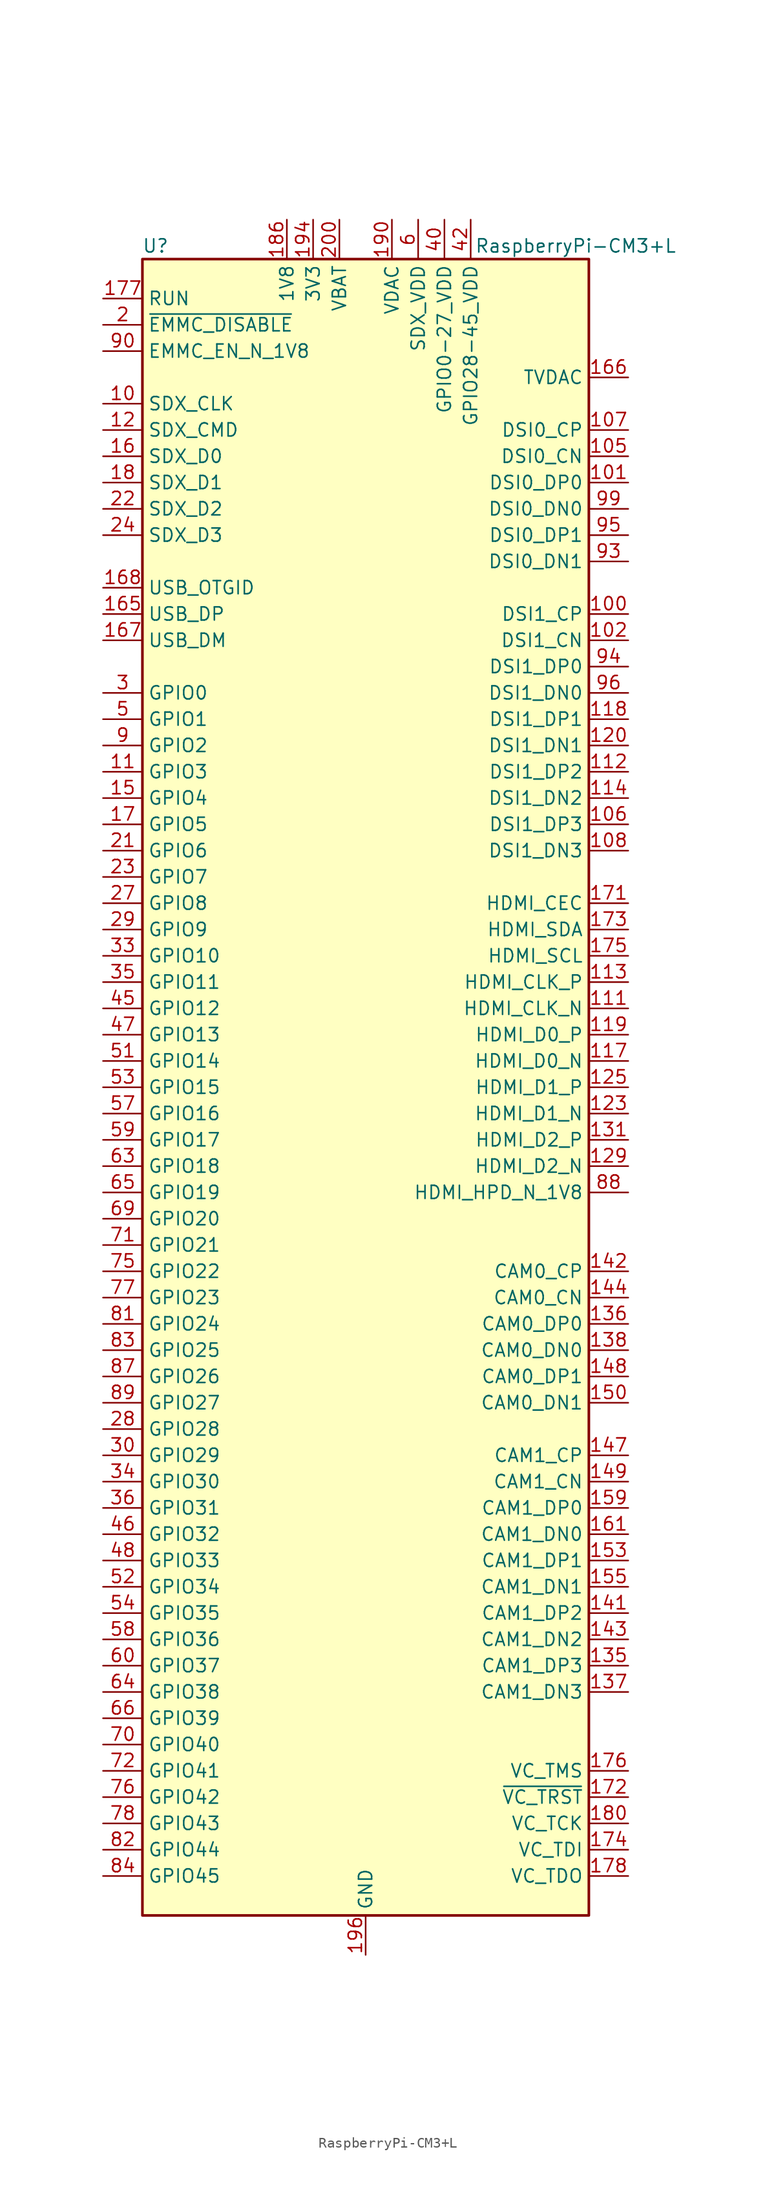
<source format=kicad_sym>
(kicad_symbol_lib
  (version 20201005)
  (generator kicad_symbol_editor)
  (symbol "MCU_Module:RaspberryPi-CM3+L"
    (property "Reference" "U"
      (at -20.32 81.28 0)
      (effects (font (size 1.27 1.27))))
    (property "Value" "RaspberryPi-CM3+L"
      (at 20.32 81.28 0)
      (effects (font (size 1.27 1.27))))
    (symbol "RaspberryPi-CM3+L_0_1"
      (rectangle (start -21.59 80.01) (end 21.59 -80.01) (stroke (width 0.254)) (fill (type background))))
    (symbol "RaspberryPi-CM3+L_1_1"
      (pin passive line (at 0 -83.82 90) (length 3.81) hide (name "GND" (effects (font (size 1.27 1.27)))) (number "1" (effects (font (size 1.27 1.27)))))
      (pin output line (at -25.4 66.04 0) (length 3.81) (name "SDX_CLK" (effects (font (size 1.27 1.27)))) (number "10" (effects (font (size 1.27 1.27)))))
      (pin output line (at 25.4 45.72 180) (length 3.81) (name "DSI1_CP" (effects (font (size 1.27 1.27)))) (number "100" (effects (font (size 1.27 1.27)))))
      (pin output line (at 25.4 58.42 180) (length 3.81) (name "DSI0_DP0" (effects (font (size 1.27 1.27)))) (number "101" (effects (font (size 1.27 1.27)))))
      (pin output line (at 25.4 43.18 180) (length 3.81) (name "DSI1_CN" (effects (font (size 1.27 1.27)))) (number "102" (effects (font (size 1.27 1.27)))))
      (pin passive line (at 0 -83.82 90) (length 3.81) hide (name "GND" (effects (font (size 1.27 1.27)))) (number "103" (effects (font (size 1.27 1.27)))))
      (pin passive line (at 0 -83.82 90) (length 3.81) hide (name "GND" (effects (font (size 1.27 1.27)))) (number "104" (effects (font (size 1.27 1.27)))))
      (pin output line (at 25.4 60.96 180) (length 3.81) (name "DSI0_CN" (effects (font (size 1.27 1.27)))) (number "105" (effects (font (size 1.27 1.27)))))
      (pin output line (at 25.4 25.4 180) (length 3.81) (name "DSI1_DP3" (effects (font (size 1.27 1.27)))) (number "106" (effects (font (size 1.27 1.27)))))
      (pin output line (at 25.4 63.5 180) (length 3.81) (name "DSI0_CP" (effects (font (size 1.27 1.27)))) (number "107" (effects (font (size 1.27 1.27)))))
      (pin output line (at 25.4 22.86 180) (length 3.81) (name "DSI1_DN3" (effects (font (size 1.27 1.27)))) (number "108" (effects (font (size 1.27 1.27)))))
      (pin passive line (at 0 -83.82 90) (length 3.81) hide (name "GND" (effects (font (size 1.27 1.27)))) (number "109" (effects (font (size 1.27 1.27)))))
      (pin bidirectional line (at -25.4 30.48 0) (length 3.81) (name "GPIO3" (effects (font (size 1.27 1.27)))) (number "11" (effects (font (size 1.27 1.27)))))
      (pin passive line (at 0 -83.82 90) (length 3.81) hide (name "GND" (effects (font (size 1.27 1.27)))) (number "110" (effects (font (size 1.27 1.27)))))
      (pin output line (at 25.4 7.62 180) (length 3.81) (name "HDMI_CLK_N" (effects (font (size 1.27 1.27)))) (number "111" (effects (font (size 1.27 1.27)))))
      (pin output line (at 25.4 30.48 180) (length 3.81) (name "DSI1_DP2" (effects (font (size 1.27 1.27)))) (number "112" (effects (font (size 1.27 1.27)))))
      (pin output line (at 25.4 10.16 180) (length 3.81) (name "HDMI_CLK_P" (effects (font (size 1.27 1.27)))) (number "113" (effects (font (size 1.27 1.27)))))
      (pin output line (at 25.4 27.94 180) (length 3.81) (name "DSI1_DN2" (effects (font (size 1.27 1.27)))) (number "114" (effects (font (size 1.27 1.27)))))
      (pin passive line (at 0 -83.82 90) (length 3.81) hide (name "GND" (effects (font (size 1.27 1.27)))) (number "115" (effects (font (size 1.27 1.27)))))
      (pin passive line (at 0 -83.82 90) (length 3.81) hide (name "GND" (effects (font (size 1.27 1.27)))) (number "116" (effects (font (size 1.27 1.27)))))
      (pin output line (at 25.4 2.54 180) (length 3.81) (name "HDMI_D0_N" (effects (font (size 1.27 1.27)))) (number "117" (effects (font (size 1.27 1.27)))))
      (pin output line (at 25.4 35.56 180) (length 3.81) (name "DSI1_DP1" (effects (font (size 1.27 1.27)))) (number "118" (effects (font (size 1.27 1.27)))))
      (pin output line (at 25.4 5.08 180) (length 3.81) (name "HDMI_D0_P" (effects (font (size 1.27 1.27)))) (number "119" (effects (font (size 1.27 1.27)))))
      (pin bidirectional line (at -25.4 63.5 0) (length 3.81) (name "SDX_CMD" (effects (font (size 1.27 1.27)))) (number "12" (effects (font (size 1.27 1.27)))))
      (pin output line (at 25.4 33.02 180) (length 3.81) (name "DSI1_DN1" (effects (font (size 1.27 1.27)))) (number "120" (effects (font (size 1.27 1.27)))))
      (pin passive line (at 0 -83.82 90) (length 3.81) hide (name "GND" (effects (font (size 1.27 1.27)))) (number "121" (effects (font (size 1.27 1.27)))))
      (pin passive line (at 0 -83.82 90) (length 3.81) hide (name "GND" (effects (font (size 1.27 1.27)))) (number "122" (effects (font (size 1.27 1.27)))))
      (pin output line (at 25.4 -2.54 180) (length 3.81) (name "HDMI_D1_N" (effects (font (size 1.27 1.27)))) (number "123" (effects (font (size 1.27 1.27)))))
      (pin no_connect line (at 20.32 76.2 180) (length 2.54) hide (name "NC" (effects (font (size 1.27 1.27)))) (number "124" (effects (font (size 1.27 1.27)))))
      (pin output line (at 25.4 0 180) (length 3.81) (name "HDMI_D1_P" (effects (font (size 1.27 1.27)))) (number "125" (effects (font (size 1.27 1.27)))))
      (pin no_connect line (at 20.32 73.66 180) (length 2.54) hide (name "NC" (effects (font (size 1.27 1.27)))) (number "126" (effects (font (size 1.27 1.27)))))
      (pin passive line (at 0 -83.82 90) (length 3.81) hide (name "GND" (effects (font (size 1.27 1.27)))) (number "127" (effects (font (size 1.27 1.27)))))
      (pin no_connect line (at 20.32 71.12 180) (length 2.54) hide (name "NC" (effects (font (size 1.27 1.27)))) (number "128" (effects (font (size 1.27 1.27)))))
      (pin output line (at 25.4 -7.62 180) (length 3.81) (name "HDMI_D2_N" (effects (font (size 1.27 1.27)))) (number "129" (effects (font (size 1.27 1.27)))))
      (pin passive line (at 0 -83.82 90) (length 3.81) hide (name "GND" (effects (font (size 1.27 1.27)))) (number "13" (effects (font (size 1.27 1.27)))))
      (pin no_connect line (at 20.32 66.04 180) (length 2.54) hide (name "NC" (effects (font (size 1.27 1.27)))) (number "130" (effects (font (size 1.27 1.27)))))
      (pin output line (at 25.4 -5.08 180) (length 3.81) (name "HDMI_D2_P" (effects (font (size 1.27 1.27)))) (number "131" (effects (font (size 1.27 1.27)))))
      (pin no_connect line (at 20.32 48.26 180) (length 2.54) hide (name "NC" (effects (font (size 1.27 1.27)))) (number "132" (effects (font (size 1.27 1.27)))))
      (pin passive line (at 0 -83.82 90) (length 3.81) hide (name "GND" (effects (font (size 1.27 1.27)))) (number "133" (effects (font (size 1.27 1.27)))))
      (pin passive line (at 0 -83.82 90) (length 3.81) hide (name "GND" (effects (font (size 1.27 1.27)))) (number "134" (effects (font (size 1.27 1.27)))))
      (pin input line (at 25.4 -55.88 180) (length 3.81) (name "CAM1_DP3" (effects (font (size 1.27 1.27)))) (number "135" (effects (font (size 1.27 1.27)))))
      (pin input line (at 25.4 -22.86 180) (length 3.81) (name "CAM0_DP0" (effects (font (size 1.27 1.27)))) (number "136" (effects (font (size 1.27 1.27)))))
      (pin input line (at 25.4 -58.42 180) (length 3.81) (name "CAM1_DN3" (effects (font (size 1.27 1.27)))) (number "137" (effects (font (size 1.27 1.27)))))
      (pin input line (at 25.4 -25.4 180) (length 3.81) (name "CAM0_DN0" (effects (font (size 1.27 1.27)))) (number "138" (effects (font (size 1.27 1.27)))))
      (pin passive line (at 0 -83.82 90) (length 3.81) hide (name "GND" (effects (font (size 1.27 1.27)))) (number "139" (effects (font (size 1.27 1.27)))))
      (pin passive line (at 0 -83.82 90) (length 3.81) hide (name "GND" (effects (font (size 1.27 1.27)))) (number "14" (effects (font (size 1.27 1.27)))))
      (pin passive line (at 0 -83.82 90) (length 3.81) hide (name "GND" (effects (font (size 1.27 1.27)))) (number "140" (effects (font (size 1.27 1.27)))))
      (pin input line (at 25.4 -50.8 180) (length 3.81) (name "CAM1_DP2" (effects (font (size 1.27 1.27)))) (number "141" (effects (font (size 1.27 1.27)))))
      (pin input line (at 25.4 -17.78 180) (length 3.81) (name "CAM0_CP" (effects (font (size 1.27 1.27)))) (number "142" (effects (font (size 1.27 1.27)))))
      (pin input line (at 25.4 -53.34 180) (length 3.81) (name "CAM1_DN2" (effects (font (size 1.27 1.27)))) (number "143" (effects (font (size 1.27 1.27)))))
      (pin input line (at 25.4 -20.32 180) (length 3.81) (name "CAM0_CN" (effects (font (size 1.27 1.27)))) (number "144" (effects (font (size 1.27 1.27)))))
      (pin passive line (at 0 -83.82 90) (length 3.81) hide (name "GND" (effects (font (size 1.27 1.27)))) (number "145" (effects (font (size 1.27 1.27)))))
      (pin passive line (at 0 -83.82 90) (length 3.81) hide (name "GND" (effects (font (size 1.27 1.27)))) (number "146" (effects (font (size 1.27 1.27)))))
      (pin input line (at 25.4 -35.56 180) (length 3.81) (name "CAM1_CP" (effects (font (size 1.27 1.27)))) (number "147" (effects (font (size 1.27 1.27)))))
      (pin input line (at 25.4 -27.94 180) (length 3.81) (name "CAM0_DP1" (effects (font (size 1.27 1.27)))) (number "148" (effects (font (size 1.27 1.27)))))
      (pin input line (at 25.4 -38.1 180) (length 3.81) (name "CAM1_CN" (effects (font (size 1.27 1.27)))) (number "149" (effects (font (size 1.27 1.27)))))
      (pin bidirectional line (at -25.4 27.94 0) (length 3.81) (name "GPIO4" (effects (font (size 1.27 1.27)))) (number "15" (effects (font (size 1.27 1.27)))))
      (pin input line (at 25.4 -30.48 180) (length 3.81) (name "CAM0_DN1" (effects (font (size 1.27 1.27)))) (number "150" (effects (font (size 1.27 1.27)))))
      (pin passive line (at 0 -83.82 90) (length 3.81) hide (name "GND" (effects (font (size 1.27 1.27)))) (number "151" (effects (font (size 1.27 1.27)))))
      (pin passive line (at 0 -83.82 90) (length 3.81) hide (name "GND" (effects (font (size 1.27 1.27)))) (number "152" (effects (font (size 1.27 1.27)))))
      (pin input line (at 25.4 -45.72 180) (length 3.81) (name "CAM1_DP1" (effects (font (size 1.27 1.27)))) (number "153" (effects (font (size 1.27 1.27)))))
      (pin no_connect line (at 20.32 -15.24 180) (length 2.54) hide (name "NC" (effects (font (size 1.27 1.27)))) (number "154" (effects (font (size 1.27 1.27)))))
      (pin input line (at 25.4 -48.26 180) (length 3.81) (name "CAM1_DN1" (effects (font (size 1.27 1.27)))) (number "155" (effects (font (size 1.27 1.27)))))
      (pin no_connect line (at 20.32 -12.7 180) (length 2.54) hide (name "NC" (effects (font (size 1.27 1.27)))) (number "156" (effects (font (size 1.27 1.27)))))
      (pin passive line (at 0 -83.82 90) (length 3.81) hide (name "GND" (effects (font (size 1.27 1.27)))) (number "157" (effects (font (size 1.27 1.27)))))
      (pin no_connect line (at 20.32 20.32 180) (length 2.54) hide (name "NC" (effects (font (size 1.27 1.27)))) (number "158" (effects (font (size 1.27 1.27)))))
      (pin input line (at 25.4 -40.64 180) (length 3.81) (name "CAM1_DP0" (effects (font (size 1.27 1.27)))) (number "159" (effects (font (size 1.27 1.27)))))
      (pin bidirectional line (at -25.4 60.96 0) (length 3.81) (name "SDX_D0" (effects (font (size 1.27 1.27)))) (number "16" (effects (font (size 1.27 1.27)))))
      (pin no_connect line (at 20.32 -60.96 180) (length 2.54) hide (name "NC" (effects (font (size 1.27 1.27)))) (number "160" (effects (font (size 1.27 1.27)))))
      (pin input line (at 25.4 -43.18 180) (length 3.81) (name "CAM1_DN0" (effects (font (size 1.27 1.27)))) (number "161" (effects (font (size 1.27 1.27)))))
      (pin no_connect line (at 20.32 -63.5 180) (length 2.54) hide (name "NC" (effects (font (size 1.27 1.27)))) (number "162" (effects (font (size 1.27 1.27)))))
      (pin passive line (at 0 -83.82 90) (length 3.81) hide (name "GND" (effects (font (size 1.27 1.27)))) (number "163" (effects (font (size 1.27 1.27)))))
      (pin passive line (at 0 -83.82 90) (length 3.81) hide (name "GND" (effects (font (size 1.27 1.27)))) (number "164" (effects (font (size 1.27 1.27)))))
      (pin bidirectional line (at -25.4 45.72 0) (length 3.81) (name "USB_DP" (effects (font (size 1.27 1.27)))) (number "165" (effects (font (size 1.27 1.27)))))
      (pin output line (at 25.4 68.58 180) (length 3.81) (name "TVDAC" (effects (font (size 1.27 1.27)))) (number "166" (effects (font (size 1.27 1.27)))))
      (pin bidirectional line (at -25.4 43.18 0) (length 3.81) (name "USB_DM" (effects (font (size 1.27 1.27)))) (number "167" (effects (font (size 1.27 1.27)))))
      (pin passive line (at -25.4 48.26 0) (length 3.81) (name "USB_OTGID" (effects (font (size 1.27 1.27)))) (number "168" (effects (font (size 1.27 1.27)))))
      (pin passive line (at 0 -83.82 90) (length 3.81) hide (name "GND" (effects (font (size 1.27 1.27)))) (number "169" (effects (font (size 1.27 1.27)))))
      (pin bidirectional line (at -25.4 25.4 0) (length 3.81) (name "GPIO5" (effects (font (size 1.27 1.27)))) (number "17" (effects (font (size 1.27 1.27)))))
      (pin passive line (at 0 -83.82 90) (length 3.81) hide (name "GND" (effects (font (size 1.27 1.27)))) (number "170" (effects (font (size 1.27 1.27)))))
      (pin bidirectional line (at 25.4 17.78 180) (length 3.81) (name "HDMI_CEC" (effects (font (size 1.27 1.27)))) (number "171" (effects (font (size 1.27 1.27)))))
      (pin input line (at 25.4 -68.58 180) (length 3.81) (name "~VC_TRST" (effects (font (size 1.27 1.27)))) (number "172" (effects (font (size 1.27 1.27)))))
      (pin bidirectional line (at 25.4 15.24 180) (length 3.81) (name "HDMI_SDA" (effects (font (size 1.27 1.27)))) (number "173" (effects (font (size 1.27 1.27)))))
      (pin input line (at 25.4 -73.66 180) (length 3.81) (name "VC_TDI" (effects (font (size 1.27 1.27)))) (number "174" (effects (font (size 1.27 1.27)))))
      (pin bidirectional line (at 25.4 12.7 180) (length 3.81) (name "HDMI_SCL" (effects (font (size 1.27 1.27)))) (number "175" (effects (font (size 1.27 1.27)))))
      (pin input line (at 25.4 -66.04 180) (length 3.81) (name "VC_TMS" (effects (font (size 1.27 1.27)))) (number "176" (effects (font (size 1.27 1.27)))))
      (pin input line (at -25.4 76.2 0) (length 3.81) (name "RUN" (effects (font (size 1.27 1.27)))) (number "177" (effects (font (size 1.27 1.27)))))
      (pin output line (at 25.4 -76.2 180) (length 3.81) (name "VC_TDO" (effects (font (size 1.27 1.27)))) (number "178" (effects (font (size 1.27 1.27)))))
      (pin no_connect line (at 0 78.74 270) (length 2.54) hide (name "VDD_CORE_(DO_NOT_CONNECT)" (effects (font (size 1.27 1.27)))) (number "179" (effects (font (size 1.27 1.27)))))
      (pin bidirectional line (at -25.4 58.42 0) (length 3.81) (name "SDX_D1" (effects (font (size 1.27 1.27)))) (number "18" (effects (font (size 1.27 1.27)))))
      (pin input line (at 25.4 -71.12 180) (length 3.81) (name "VC_TCK" (effects (font (size 1.27 1.27)))) (number "180" (effects (font (size 1.27 1.27)))))
      (pin passive line (at 0 -83.82 90) (length 3.81) hide (name "GND" (effects (font (size 1.27 1.27)))) (number "181" (effects (font (size 1.27 1.27)))))
      (pin passive line (at 0 -83.82 90) (length 3.81) hide (name "GND" (effects (font (size 1.27 1.27)))) (number "182" (effects (font (size 1.27 1.27)))))
      (pin passive line (at -7.62 83.82 270) (length 3.81) hide (name "1V8" (effects (font (size 1.27 1.27)))) (number "183" (effects (font (size 1.27 1.27)))))
      (pin passive line (at -7.62 83.82 270) (length 3.81) hide (name "1V8" (effects (font (size 1.27 1.27)))) (number "184" (effects (font (size 1.27 1.27)))))
      (pin passive line (at -7.62 83.82 270) (length 3.81) hide (name "1V8" (effects (font (size 1.27 1.27)))) (number "185" (effects (font (size 1.27 1.27)))))
      (pin power_in line (at -7.62 83.82 270) (length 3.81) (name "1V8" (effects (font (size 1.27 1.27)))) (number "186" (effects (font (size 1.27 1.27)))))
      (pin passive line (at 0 -83.82 90) (length 3.81) hide (name "GND" (effects (font (size 1.27 1.27)))) (number "187" (effects (font (size 1.27 1.27)))))
      (pin passive line (at 0 -83.82 90) (length 3.81) hide (name "GND" (effects (font (size 1.27 1.27)))) (number "188" (effects (font (size 1.27 1.27)))))
      (pin passive line (at 2.54 83.82 270) (length 3.81) hide (name "VDAC" (effects (font (size 1.27 1.27)))) (number "189" (effects (font (size 1.27 1.27)))))
      (pin passive line (at 0 -83.82 90) (length 3.81) hide (name "GND" (effects (font (size 1.27 1.27)))) (number "19" (effects (font (size 1.27 1.27)))))
      (pin power_in line (at 2.54 83.82 270) (length 3.81) (name "VDAC" (effects (font (size 1.27 1.27)))) (number "190" (effects (font (size 1.27 1.27)))))
      (pin passive line (at -5.08 83.82 270) (length 3.81) hide (name "3V3" (effects (font (size 1.27 1.27)))) (number "191" (effects (font (size 1.27 1.27)))))
      (pin passive line (at -5.08 83.82 270) (length 3.81) hide (name "3V3" (effects (font (size 1.27 1.27)))) (number "192" (effects (font (size 1.27 1.27)))))
      (pin passive line (at -5.08 83.82 270) (length 3.81) hide (name "3V3" (effects (font (size 1.27 1.27)))) (number "193" (effects (font (size 1.27 1.27)))))
      (pin power_in line (at -5.08 83.82 270) (length 3.81) (name "3V3" (effects (font (size 1.27 1.27)))) (number "194" (effects (font (size 1.27 1.27)))))
      (pin passive line (at 0 -83.82 90) (length 3.81) hide (name "GND" (effects (font (size 1.27 1.27)))) (number "195" (effects (font (size 1.27 1.27)))))
      (pin power_out line (at 0 -83.82 90) (length 3.81) (name "GND" (effects (font (size 1.27 1.27)))) (number "196" (effects (font (size 1.27 1.27)))))
      (pin passive line (at -2.54 83.82 270) (length 3.81) hide (name "VBAT" (effects (font (size 1.27 1.27)))) (number "197" (effects (font (size 1.27 1.27)))))
      (pin passive line (at -2.54 83.82 270) (length 3.81) hide (name "VBAT" (effects (font (size 1.27 1.27)))) (number "198" (effects (font (size 1.27 1.27)))))
      (pin passive line (at -2.54 83.82 270) (length 3.81) hide (name "VBAT" (effects (font (size 1.27 1.27)))) (number "199" (effects (font (size 1.27 1.27)))))
      (pin input line (at -25.4 73.66 0) (length 3.81) (name "~EMMC_DISABLE" (effects (font (size 1.27 1.27)))) (number "2" (effects (font (size 1.27 1.27)))))
      (pin passive line (at 0 -83.82 90) (length 3.81) hide (name "GND" (effects (font (size 1.27 1.27)))) (number "20" (effects (font (size 1.27 1.27)))))
      (pin power_in line (at -2.54 83.82 270) (length 3.81) (name "VBAT" (effects (font (size 1.27 1.27)))) (number "200" (effects (font (size 1.27 1.27)))))
      (pin bidirectional line (at -25.4 22.86 0) (length 3.81) (name "GPIO6" (effects (font (size 1.27 1.27)))) (number "21" (effects (font (size 1.27 1.27)))))
      (pin bidirectional line (at -25.4 55.88 0) (length 3.81) (name "SDX_D2" (effects (font (size 1.27 1.27)))) (number "22" (effects (font (size 1.27 1.27)))))
      (pin bidirectional line (at -25.4 20.32 0) (length 3.81) (name "GPIO7" (effects (font (size 1.27 1.27)))) (number "23" (effects (font (size 1.27 1.27)))))
      (pin bidirectional line (at -25.4 53.34 0) (length 3.81) (name "SDX_D3" (effects (font (size 1.27 1.27)))) (number "24" (effects (font (size 1.27 1.27)))))
      (pin passive line (at 0 -83.82 90) (length 3.81) hide (name "GND" (effects (font (size 1.27 1.27)))) (number "25" (effects (font (size 1.27 1.27)))))
      (pin passive line (at 0 -83.82 90) (length 3.81) hide (name "GND" (effects (font (size 1.27 1.27)))) (number "26" (effects (font (size 1.27 1.27)))))
      (pin bidirectional line (at -25.4 17.78 0) (length 3.81) (name "GPIO8" (effects (font (size 1.27 1.27)))) (number "27" (effects (font (size 1.27 1.27)))))
      (pin bidirectional line (at -25.4 -33.02 0) (length 3.81) (name "GPIO28" (effects (font (size 1.27 1.27)))) (number "28" (effects (font (size 1.27 1.27)))))
      (pin bidirectional line (at -25.4 15.24 0) (length 3.81) (name "GPIO9" (effects (font (size 1.27 1.27)))) (number "29" (effects (font (size 1.27 1.27)))))
      (pin bidirectional line (at -25.4 38.1 0) (length 3.81) (name "GPIO0" (effects (font (size 1.27 1.27)))) (number "3" (effects (font (size 1.27 1.27)))))
      (pin bidirectional line (at -25.4 -35.56 0) (length 3.81) (name "GPIO29" (effects (font (size 1.27 1.27)))) (number "30" (effects (font (size 1.27 1.27)))))
      (pin passive line (at 0 -83.82 90) (length 3.81) hide (name "GND" (effects (font (size 1.27 1.27)))) (number "31" (effects (font (size 1.27 1.27)))))
      (pin passive line (at 0 -83.82 90) (length 3.81) hide (name "GND" (effects (font (size 1.27 1.27)))) (number "32" (effects (font (size 1.27 1.27)))))
      (pin bidirectional line (at -25.4 12.7 0) (length 3.81) (name "GPIO10" (effects (font (size 1.27 1.27)))) (number "33" (effects (font (size 1.27 1.27)))))
      (pin bidirectional line (at -25.4 -38.1 0) (length 3.81) (name "GPIO30" (effects (font (size 1.27 1.27)))) (number "34" (effects (font (size 1.27 1.27)))))
      (pin bidirectional line (at -25.4 10.16 0) (length 3.81) (name "GPIO11" (effects (font (size 1.27 1.27)))) (number "35" (effects (font (size 1.27 1.27)))))
      (pin bidirectional line (at -25.4 -40.64 0) (length 3.81) (name "GPIO31" (effects (font (size 1.27 1.27)))) (number "36" (effects (font (size 1.27 1.27)))))
      (pin passive line (at 0 -83.82 90) (length 3.81) hide (name "GND" (effects (font (size 1.27 1.27)))) (number "37" (effects (font (size 1.27 1.27)))))
      (pin passive line (at 0 -83.82 90) (length 3.81) hide (name "GND" (effects (font (size 1.27 1.27)))) (number "38" (effects (font (size 1.27 1.27)))))
      (pin passive line (at 7.62 83.82 270) (length 3.81) hide (name "GPIO0-27_VDD" (effects (font (size 1.27 1.27)))) (number "39" (effects (font (size 1.27 1.27)))))
      (pin passive line (at 5.08 83.82 270) (length 3.81) hide (name "SDX_VDD" (effects (font (size 1.27 1.27)))) (number "4" (effects (font (size 1.27 1.27)))))
      (pin power_in line (at 7.62 83.82 270) (length 3.81) (name "GPIO0-27_VDD" (effects (font (size 1.27 1.27)))) (number "40" (effects (font (size 1.27 1.27)))))
      (pin passive line (at 10.16 83.82 270) (length 3.81) hide (name "GPIO28-45_VDD" (effects (font (size 1.27 1.27)))) (number "41" (effects (font (size 1.27 1.27)))))
      (pin power_in line (at 10.16 83.82 270) (length 3.81) (name "GPIO28-45_VDD" (effects (font (size 1.27 1.27)))) (number "42" (effects (font (size 1.27 1.27)))))
      (pin passive line (at 0 -83.82 90) (length 3.81) hide (name "GND" (effects (font (size 1.27 1.27)))) (number "43" (effects (font (size 1.27 1.27)))))
      (pin passive line (at 0 -83.82 90) (length 3.81) hide (name "GND" (effects (font (size 1.27 1.27)))) (number "44" (effects (font (size 1.27 1.27)))))
      (pin bidirectional line (at -25.4 7.62 0) (length 3.81) (name "GPIO12" (effects (font (size 1.27 1.27)))) (number "45" (effects (font (size 1.27 1.27)))))
      (pin bidirectional line (at -25.4 -43.18 0) (length 3.81) (name "GPIO32" (effects (font (size 1.27 1.27)))) (number "46" (effects (font (size 1.27 1.27)))))
      (pin bidirectional line (at -25.4 5.08 0) (length 3.81) (name "GPIO13" (effects (font (size 1.27 1.27)))) (number "47" (effects (font (size 1.27 1.27)))))
      (pin bidirectional line (at -25.4 -45.72 0) (length 3.81) (name "GPIO33" (effects (font (size 1.27 1.27)))) (number "48" (effects (font (size 1.27 1.27)))))
      (pin passive line (at 0 -83.82 90) (length 3.81) hide (name "GND" (effects (font (size 1.27 1.27)))) (number "49" (effects (font (size 1.27 1.27)))))
      (pin bidirectional line (at -25.4 35.56 0) (length 3.81) (name "GPIO1" (effects (font (size 1.27 1.27)))) (number "5" (effects (font (size 1.27 1.27)))))
      (pin passive line (at 0 -83.82 90) (length 3.81) hide (name "GND" (effects (font (size 1.27 1.27)))) (number "50" (effects (font (size 1.27 1.27)))))
      (pin bidirectional line (at -25.4 2.54 0) (length 3.81) (name "GPIO14" (effects (font (size 1.27 1.27)))) (number "51" (effects (font (size 1.27 1.27)))))
      (pin bidirectional line (at -25.4 -48.26 0) (length 3.81) (name "GPIO34" (effects (font (size 1.27 1.27)))) (number "52" (effects (font (size 1.27 1.27)))))
      (pin bidirectional line (at -25.4 0 0) (length 3.81) (name "GPIO15" (effects (font (size 1.27 1.27)))) (number "53" (effects (font (size 1.27 1.27)))))
      (pin bidirectional line (at -25.4 -50.8 0) (length 3.81) (name "GPIO35" (effects (font (size 1.27 1.27)))) (number "54" (effects (font (size 1.27 1.27)))))
      (pin passive line (at 0 -83.82 90) (length 3.81) hide (name "GND" (effects (font (size 1.27 1.27)))) (number "55" (effects (font (size 1.27 1.27)))))
      (pin passive line (at 0 -83.82 90) (length 3.81) hide (name "GND" (effects (font (size 1.27 1.27)))) (number "56" (effects (font (size 1.27 1.27)))))
      (pin bidirectional line (at -25.4 -2.54 0) (length 3.81) (name "GPIO16" (effects (font (size 1.27 1.27)))) (number "57" (effects (font (size 1.27 1.27)))))
      (pin bidirectional line (at -25.4 -53.34 0) (length 3.81) (name "GPIO36" (effects (font (size 1.27 1.27)))) (number "58" (effects (font (size 1.27 1.27)))))
      (pin bidirectional line (at -25.4 -5.08 0) (length 3.81) (name "GPIO17" (effects (font (size 1.27 1.27)))) (number "59" (effects (font (size 1.27 1.27)))))
      (pin power_in line (at 5.08 83.82 270) (length 3.81) (name "SDX_VDD" (effects (font (size 1.27 1.27)))) (number "6" (effects (font (size 1.27 1.27)))))
      (pin bidirectional line (at -25.4 -55.88 0) (length 3.81) (name "GPIO37" (effects (font (size 1.27 1.27)))) (number "60" (effects (font (size 1.27 1.27)))))
      (pin passive line (at 0 -83.82 90) (length 3.81) hide (name "GND" (effects (font (size 1.27 1.27)))) (number "61" (effects (font (size 1.27 1.27)))))
      (pin passive line (at 0 -83.82 90) (length 3.81) hide (name "GND" (effects (font (size 1.27 1.27)))) (number "62" (effects (font (size 1.27 1.27)))))
      (pin bidirectional line (at -25.4 -7.62 0) (length 3.81) (name "GPIO18" (effects (font (size 1.27 1.27)))) (number "63" (effects (font (size 1.27 1.27)))))
      (pin bidirectional line (at -25.4 -58.42 0) (length 3.81) (name "GPIO38" (effects (font (size 1.27 1.27)))) (number "64" (effects (font (size 1.27 1.27)))))
      (pin bidirectional line (at -25.4 -10.16 0) (length 3.81) (name "GPIO19" (effects (font (size 1.27 1.27)))) (number "65" (effects (font (size 1.27 1.27)))))
      (pin bidirectional line (at -25.4 -60.96 0) (length 3.81) (name "GPIO39" (effects (font (size 1.27 1.27)))) (number "66" (effects (font (size 1.27 1.27)))))
      (pin passive line (at 0 -83.82 90) (length 3.81) hide (name "GND" (effects (font (size 1.27 1.27)))) (number "67" (effects (font (size 1.27 1.27)))))
      (pin passive line (at 0 -83.82 90) (length 3.81) hide (name "GND" (effects (font (size 1.27 1.27)))) (number "68" (effects (font (size 1.27 1.27)))))
      (pin bidirectional line (at -25.4 -12.7 0) (length 3.81) (name "GPIO20" (effects (font (size 1.27 1.27)))) (number "69" (effects (font (size 1.27 1.27)))))
      (pin passive line (at 0 -83.82 90) (length 3.81) hide (name "GND" (effects (font (size 1.27 1.27)))) (number "7" (effects (font (size 1.27 1.27)))))
      (pin bidirectional line (at -25.4 -63.5 0) (length 3.81) (name "GPIO40" (effects (font (size 1.27 1.27)))) (number "70" (effects (font (size 1.27 1.27)))))
      (pin bidirectional line (at -25.4 -15.24 0) (length 3.81) (name "GPIO21" (effects (font (size 1.27 1.27)))) (number "71" (effects (font (size 1.27 1.27)))))
      (pin bidirectional line (at -25.4 -66.04 0) (length 3.81) (name "GPIO41" (effects (font (size 1.27 1.27)))) (number "72" (effects (font (size 1.27 1.27)))))
      (pin passive line (at 0 -83.82 90) (length 3.81) hide (name "GND" (effects (font (size 1.27 1.27)))) (number "73" (effects (font (size 1.27 1.27)))))
      (pin passive line (at 0 -83.82 90) (length 3.81) hide (name "GND" (effects (font (size 1.27 1.27)))) (number "74" (effects (font (size 1.27 1.27)))))
      (pin bidirectional line (at -25.4 -17.78 0) (length 3.81) (name "GPIO22" (effects (font (size 1.27 1.27)))) (number "75" (effects (font (size 1.27 1.27)))))
      (pin bidirectional line (at -25.4 -68.58 0) (length 3.81) (name "GPIO42" (effects (font (size 1.27 1.27)))) (number "76" (effects (font (size 1.27 1.27)))))
      (pin bidirectional line (at -25.4 -20.32 0) (length 3.81) (name "GPIO23" (effects (font (size 1.27 1.27)))) (number "77" (effects (font (size 1.27 1.27)))))
      (pin bidirectional line (at -25.4 -71.12 0) (length 3.81) (name "GPIO43" (effects (font (size 1.27 1.27)))) (number "78" (effects (font (size 1.27 1.27)))))
      (pin passive line (at 0 -83.82 90) (length 3.81) hide (name "GND" (effects (font (size 1.27 1.27)))) (number "79" (effects (font (size 1.27 1.27)))))
      (pin passive line (at 0 -83.82 90) (length 3.81) hide (name "GND" (effects (font (size 1.27 1.27)))) (number "8" (effects (font (size 1.27 1.27)))))
      (pin passive line (at 0 -83.82 90) (length 3.81) hide (name "GND" (effects (font (size 1.27 1.27)))) (number "80" (effects (font (size 1.27 1.27)))))
      (pin bidirectional line (at -25.4 -22.86 0) (length 3.81) (name "GPIO24" (effects (font (size 1.27 1.27)))) (number "81" (effects (font (size 1.27 1.27)))))
      (pin bidirectional line (at -25.4 -73.66 0) (length 3.81) (name "GPIO44" (effects (font (size 1.27 1.27)))) (number "82" (effects (font (size 1.27 1.27)))))
      (pin bidirectional line (at -25.4 -25.4 0) (length 3.81) (name "GPIO25" (effects (font (size 1.27 1.27)))) (number "83" (effects (font (size 1.27 1.27)))))
      (pin bidirectional line (at -25.4 -76.2 0) (length 3.81) (name "GPIO45" (effects (font (size 1.27 1.27)))) (number "84" (effects (font (size 1.27 1.27)))))
      (pin passive line (at 0 -83.82 90) (length 3.81) hide (name "GND" (effects (font (size 1.27 1.27)))) (number "85" (effects (font (size 1.27 1.27)))))
      (pin passive line (at 0 -83.82 90) (length 3.81) hide (name "GND" (effects (font (size 1.27 1.27)))) (number "86" (effects (font (size 1.27 1.27)))))
      (pin bidirectional line (at -25.4 -27.94 0) (length 3.81) (name "GPIO26" (effects (font (size 1.27 1.27)))) (number "87" (effects (font (size 1.27 1.27)))))
      (pin input line (at 25.4 -10.16 180) (length 3.81) (name "HDMI_HPD_N_1V8" (effects (font (size 1.27 1.27)))) (number "88" (effects (font (size 1.27 1.27)))))
      (pin bidirectional line (at -25.4 -30.48 0) (length 3.81) (name "GPIO27" (effects (font (size 1.27 1.27)))) (number "89" (effects (font (size 1.27 1.27)))))
      (pin bidirectional line (at -25.4 33.02 0) (length 3.81) (name "GPIO2" (effects (font (size 1.27 1.27)))) (number "9" (effects (font (size 1.27 1.27)))))
      (pin output line (at -25.4 71.12 0) (length 3.81) (name "EMMC_EN_N_1V8" (effects (font (size 1.27 1.27)))) (number "90" (effects (font (size 1.27 1.27)))))
      (pin passive line (at 0 -83.82 90) (length 3.81) hide (name "GND" (effects (font (size 1.27 1.27)))) (number "91" (effects (font (size 1.27 1.27)))))
      (pin passive line (at 0 -83.82 90) (length 3.81) hide (name "GND" (effects (font (size 1.27 1.27)))) (number "92" (effects (font (size 1.27 1.27)))))
      (pin output line (at 25.4 50.8 180) (length 3.81) (name "DSI0_DN1" (effects (font (size 1.27 1.27)))) (number "93" (effects (font (size 1.27 1.27)))))
      (pin output line (at 25.4 40.64 180) (length 3.81) (name "DSI1_DP0" (effects (font (size 1.27 1.27)))) (number "94" (effects (font (size 1.27 1.27)))))
      (pin output line (at 25.4 53.34 180) (length 3.81) (name "DSI0_DP1" (effects (font (size 1.27 1.27)))) (number "95" (effects (font (size 1.27 1.27)))))
      (pin output line (at 25.4 38.1 180) (length 3.81) (name "DSI1_DN0" (effects (font (size 1.27 1.27)))) (number "96" (effects (font (size 1.27 1.27)))))
      (pin passive line (at 0 -83.82 90) (length 3.81) hide (name "GND" (effects (font (size 1.27 1.27)))) (number "97" (effects (font (size 1.27 1.27)))))
      (pin passive line (at 0 -83.82 90) (length 3.81) hide (name "GND" (effects (font (size 1.27 1.27)))) (number "98" (effects (font (size 1.27 1.27)))))
      (pin output line (at 25.4 55.88 180) (length 3.81) (name "DSI0_DN0" (effects (font (size 1.27 1.27)))) (number "99" (effects (font (size 1.27 1.27))))))))
</source>
